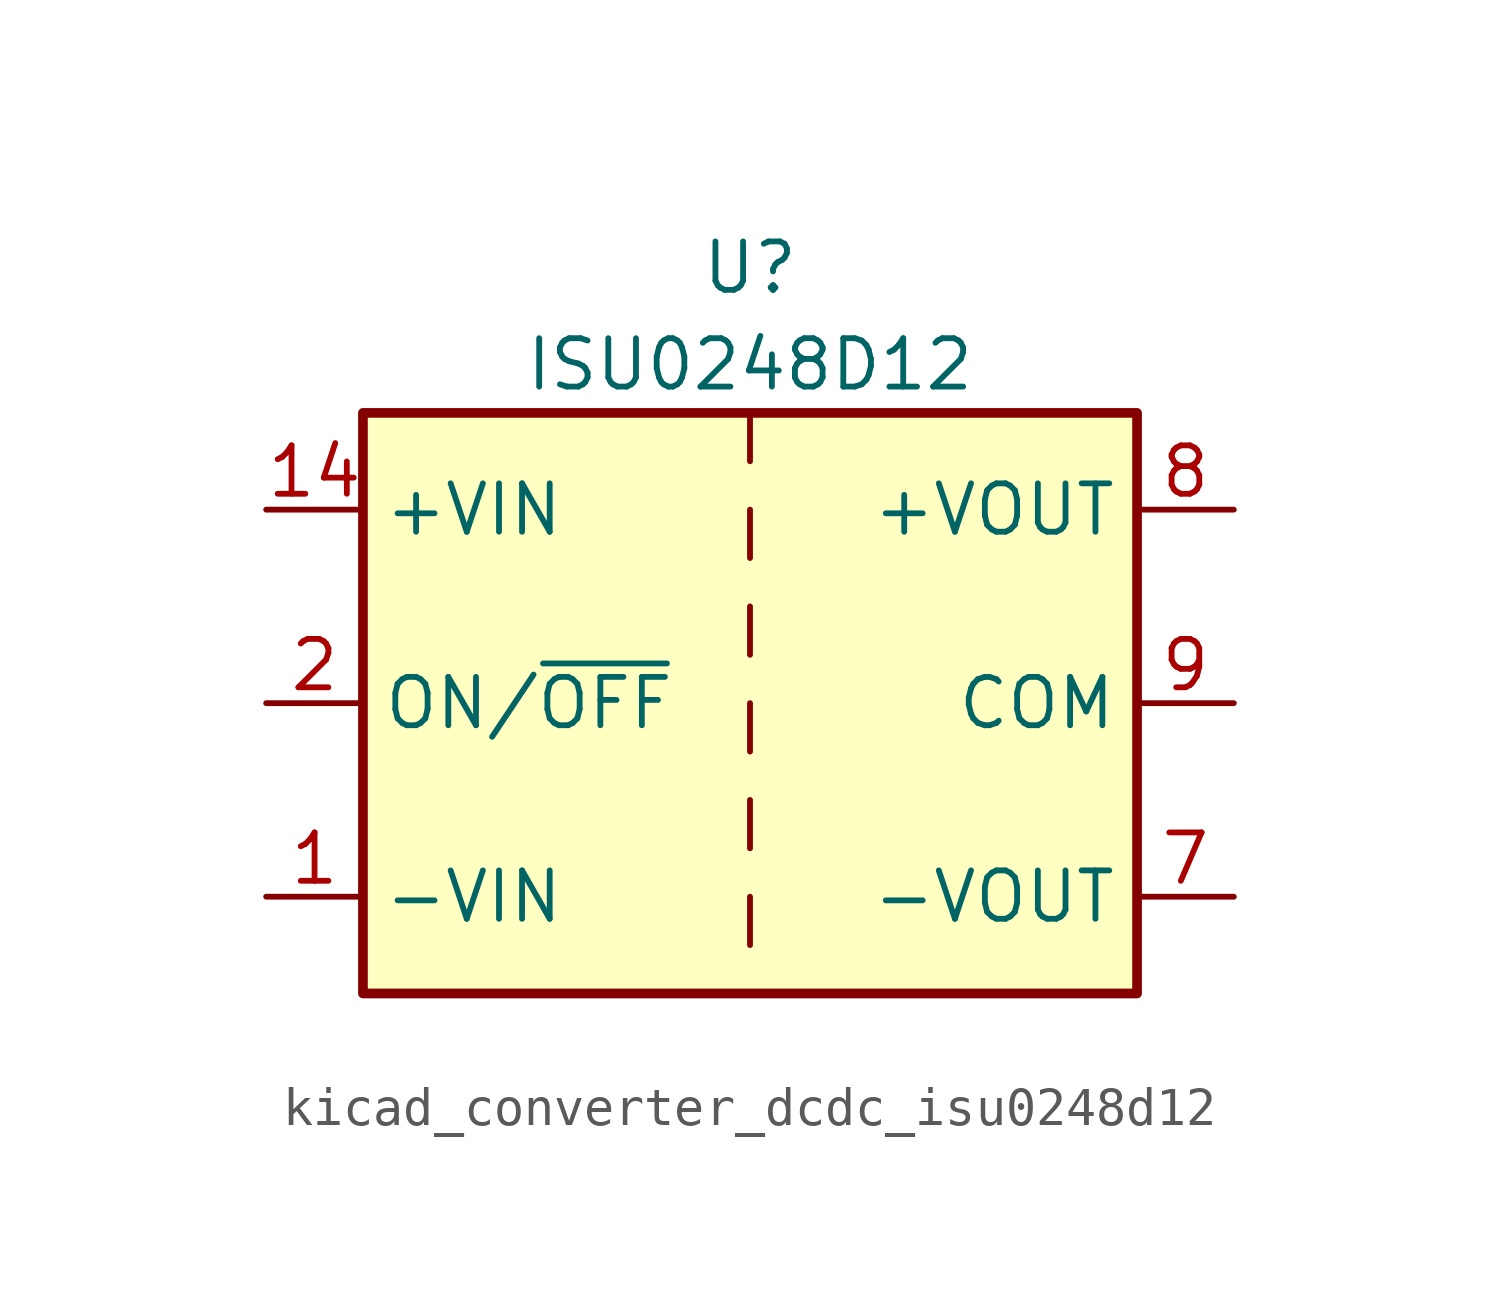
<source format=kicad_sym>
(kicad_symbol_lib
  (version 20220914)
  (generator kicad_symbol_editor)
  (symbol "kicad_converter_dcdc_isu0248d12"
    (property "Reference" "U"
      (at 0 11.43 0)
      (effects (font (size 1.27 1.27))))
    (property "Value" "ISU0248D12"
      (at 0 8.89 0)
      (effects (font (size 1.27 1.27))))
    (symbol "kicad_converter_dcdc_isu0248d12_0_1"
      (rectangle (start -10.16 7.62) (end 10.16 -7.62) (stroke (width 0.254) (type default)) (fill (type background)))
      (polyline (pts (xy 0 -5.08) (xy 0 -6.35)) (stroke (width 0) (type default)) (fill (type none)))
      (polyline (pts (xy 0 -2.54) (xy 0 -3.81)) (stroke (width 0) (type default)) (fill (type none)))
      (polyline (pts (xy 0 0) (xy 0 -1.27)) (stroke (width 0) (type default)) (fill (type none)))
      (polyline (pts (xy 0 2.54) (xy 0 1.27)) (stroke (width 0) (type default)) (fill (type none)))
      (polyline (pts (xy 0 5.08) (xy 0 3.81)) (stroke (width 0) (type default)) (fill (type none)))
      (polyline (pts (xy 0 7.62) (xy 0 6.35)) (stroke (width 0) (type default)) (fill (type none))))
    (symbol "kicad_converter_dcdc_isu0248d12_1_1"
      (pin power_in line (at -12.7 -5.08 0) (length 2.54) (name "-VIN" (effects (font (size 1.27 1.27)))) (number "1" (effects (font (size 1.27 1.27)))))
      (pin power_in line (at -12.7 5.08 0) (length 2.54) (name "+VIN" (effects (font (size 1.27 1.27)))) (number "14" (effects (font (size 1.27 1.27)))))
      (pin input line (at -12.7 0 0) (length 2.54) (name "ON/~{OFF}" (effects (font (size 1.27 1.27)))) (number "2" (effects (font (size 1.27 1.27)))))
      (pin passive line (at 12.7 0 180) (length 2.54) hide (name "COM" (effects (font (size 1.27 1.27)))) (number "6" (effects (font (size 1.27 1.27)))))
      (pin power_out line (at 12.7 -5.08 180) (length 2.54) (name "-VOUT" (effects (font (size 1.27 1.27)))) (number "7" (effects (font (size 1.27 1.27)))))
      (pin power_out line (at 12.7 5.08 180) (length 2.54) (name "+VOUT" (effects (font (size 1.27 1.27)))) (number "8" (effects (font (size 1.27 1.27)))))
      (pin power_out line (at 12.7 0 180) (length 2.54) (name "COM" (effects (font (size 1.27 1.27)))) (number "9" (effects (font (size 1.27 1.27))))))))
</source>
